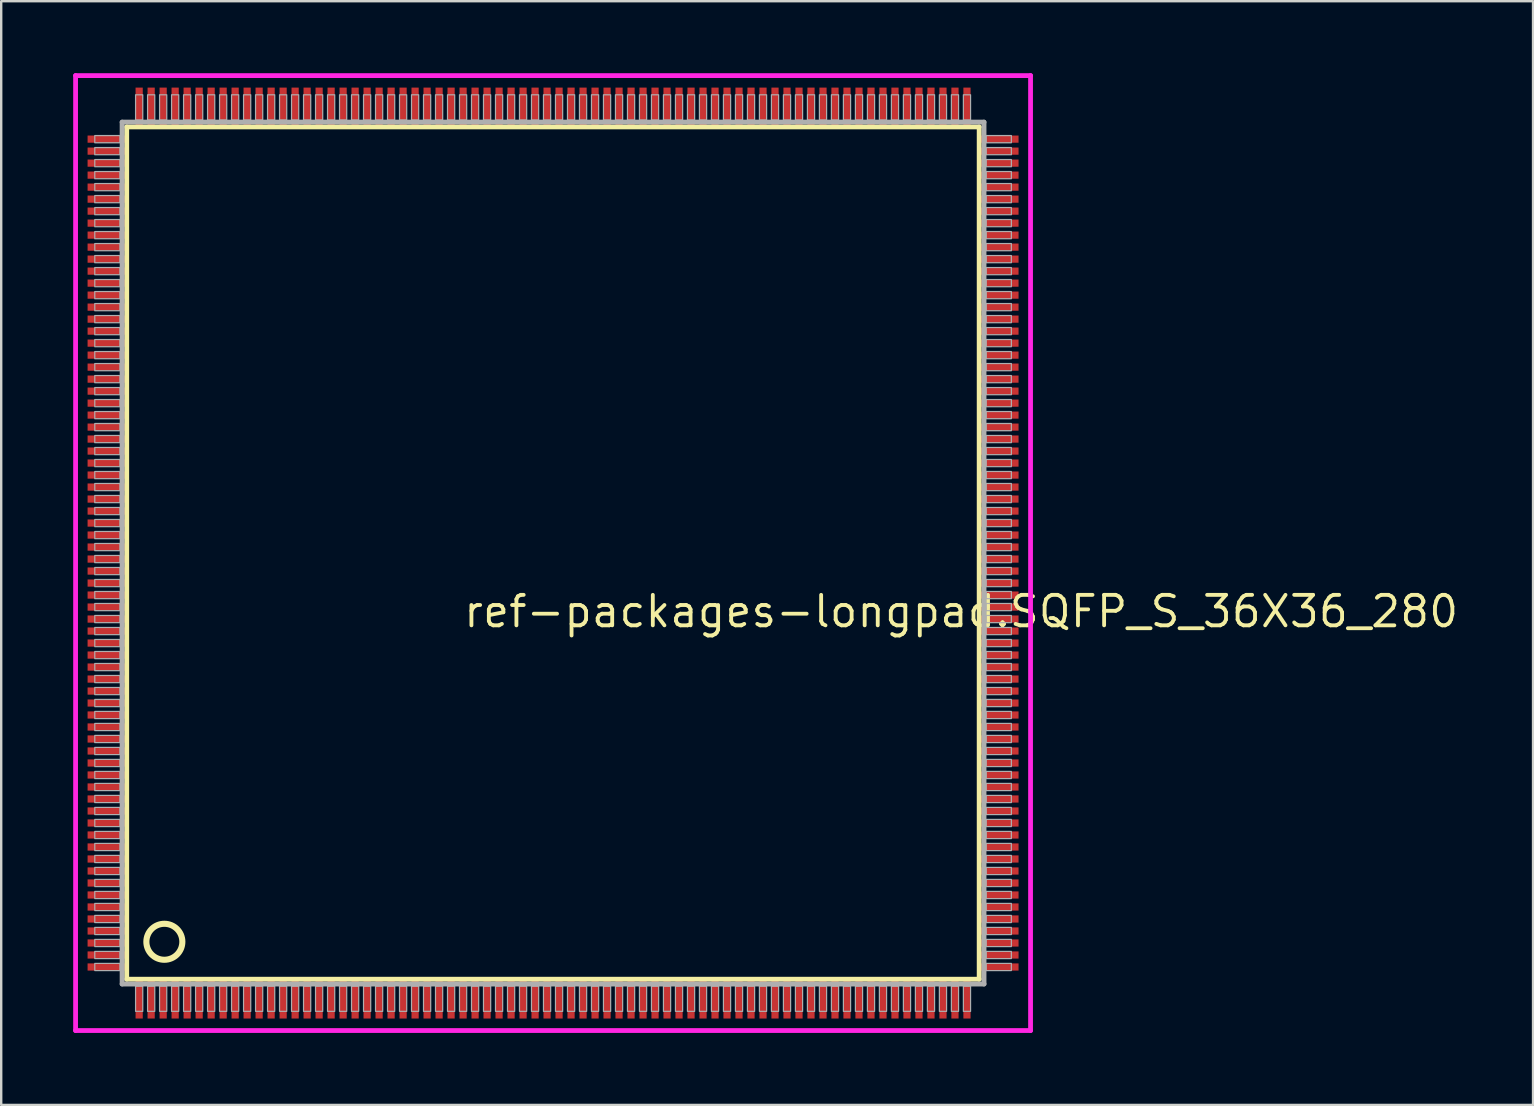
<source format=kicad_pcb>
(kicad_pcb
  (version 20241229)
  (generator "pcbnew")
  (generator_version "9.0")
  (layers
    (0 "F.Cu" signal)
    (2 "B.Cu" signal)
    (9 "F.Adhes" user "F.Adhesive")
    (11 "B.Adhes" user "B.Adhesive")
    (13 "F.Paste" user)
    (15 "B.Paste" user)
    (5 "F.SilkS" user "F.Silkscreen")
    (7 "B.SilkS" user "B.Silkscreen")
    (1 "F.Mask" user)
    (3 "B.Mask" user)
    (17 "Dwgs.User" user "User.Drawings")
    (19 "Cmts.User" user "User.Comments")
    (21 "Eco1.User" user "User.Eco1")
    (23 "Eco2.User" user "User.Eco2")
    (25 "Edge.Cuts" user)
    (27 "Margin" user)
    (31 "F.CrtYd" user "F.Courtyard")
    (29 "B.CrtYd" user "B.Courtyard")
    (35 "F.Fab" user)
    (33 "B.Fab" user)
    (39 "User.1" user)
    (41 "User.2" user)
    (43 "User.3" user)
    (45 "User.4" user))
  (footprint "ref-packages-longpad.SQFP_S_36X36_280"
    (layer "F.Cu")
    (at 20 20)
    (property "Reference" "ref-packages-longpad.SQFP_S_36X36_280" (at -3.81 3.175 0) (layer "F.SilkS") (effects (font (size 1.27 1.27) (thickness 0.16)) (justify left bottom)))
    (attr smd)
    (fp_line (start -17.77 -17.76) (end 17.76 -17.76) (stroke (width 0.203) (type default)) (layer "F.SilkS"))
    (fp_line (start -17.77 17.76) (end -17.77 -17.76) (stroke (width 0.203) (type default)) (layer "F.SilkS"))
    (fp_line (start 17.76 17.76) (end -17.77 17.76) (stroke (width 0.203) (type default)) (layer "F.SilkS"))
    (fp_line (start 17.76 -17.76) (end 17.76 17.76) (stroke (width 0.203) (type default)) (layer "F.SilkS"))
    (fp_circle (center -16.2 16.2) (end -15.45 16.2) (stroke (width 0.254) (type default)) (fill no) (layer "F.SilkS"))
    (fp_line (start -19.9 -19.9) (end 19.9 -19.9) (stroke (width 0.2) (type default)) (layer "F.CrtYd"))
    (fp_line (start -19.9 19.9) (end -19.9 -19.9) (stroke (width 0.2) (type default)) (layer "F.CrtYd"))
    (fp_line (start 19.9 -19.9) (end 19.9 19.9) (stroke (width 0.2) (type default)) (layer "F.CrtYd"))
    (fp_line (start 19.9 19.9) (end -19.9 19.9) (stroke (width 0.2) (type default)) (layer "F.CrtYd"))
    (fp_line (start -17.96 -17.96) (end -17.96 17.96) (stroke (width 0.203) (type default)) (layer "F.Fab"))
    (fp_line (start -17.96 17.96) (end 17.96 17.96) (stroke (width 0.203) (type default)) (layer "F.Fab"))
    (fp_line (start 17.96 -17.96) (end -17.96 -17.96) (stroke (width 0.203) (type default)) (layer "F.Fab"))
    (fp_line (start 17.96 17.96) (end 17.96 -17.96) (stroke (width 0.203) (type default)) (layer "F.Fab"))
    (fp_rect (start -19.1 -17.1) (end -18.05 -17.4) (stroke (width 0.05) (type default)) (fill no) (layer "F.Fab"))
    (fp_rect (start -19.1 -16.6) (end -18.05 -16.9) (stroke (width 0.05) (type default)) (fill no) (layer "F.Fab"))
    (fp_rect (start -19.1 -16.1) (end -18.05 -16.4) (stroke (width 0.05) (type default)) (fill no) (layer "F.Fab"))
    (fp_rect (start -19.1 -15.6) (end -18.05 -15.9) (stroke (width 0.05) (type default)) (fill no) (layer "F.Fab"))
    (fp_rect (start -19.1 -15.1) (end -18.05 -15.4) (stroke (width 0.05) (type default)) (fill no) (layer "F.Fab"))
    (fp_rect (start -19.1 -14.6) (end -18.05 -14.9) (stroke (width 0.05) (type default)) (fill no) (layer "F.Fab"))
    (fp_rect (start -19.1 -14.1) (end -18.05 -14.4) (stroke (width 0.05) (type default)) (fill no) (layer "F.Fab"))
    (fp_rect (start -19.1 -13.6) (end -18.05 -13.9) (stroke (width 0.05) (type default)) (fill no) (layer "F.Fab"))
    (fp_rect (start -19.1 -13.1) (end -18.05 -13.4) (stroke (width 0.05) (type default)) (fill no) (layer "F.Fab"))
    (fp_rect (start -19.1 -12.6) (end -18.05 -12.9) (stroke (width 0.05) (type default)) (fill no) (layer "F.Fab"))
    (fp_rect (start -19.1 -12.1) (end -18.05 -12.4) (stroke (width 0.05) (type default)) (fill no) (layer "F.Fab"))
    (fp_rect (start -19.1 -11.6) (end -18.05 -11.9) (stroke (width 0.05) (type default)) (fill no) (layer "F.Fab"))
    (fp_rect (start -19.1 -11.1) (end -18.05 -11.4) (stroke (width 0.05) (type default)) (fill no) (layer "F.Fab"))
    (fp_rect (start -19.1 -10.6) (end -18.05 -10.9) (stroke (width 0.05) (type default)) (fill no) (layer "F.Fab"))
    (fp_rect (start -19.1 -10.1) (end -18.05 -10.4) (stroke (width 0.05) (type default)) (fill no) (layer "F.Fab"))
    (fp_rect (start -19.1 -9.6) (end -18.05 -9.9) (stroke (width 0.05) (type default)) (fill no) (layer "F.Fab"))
    (fp_rect (start -19.1 -9.1) (end -18.05 -9.4) (stroke (width 0.05) (type default)) (fill no) (layer "F.Fab"))
    (fp_rect (start -19.1 -8.6) (end -18.05 -8.9) (stroke (width 0.05) (type default)) (fill no) (layer "F.Fab"))
    (fp_rect (start -19.1 -8.1) (end -18.05 -8.4) (stroke (width 0.05) (type default)) (fill no) (layer "F.Fab"))
    (fp_rect (start -19.1 -7.6) (end -18.05 -7.9) (stroke (width 0.05) (type default)) (fill no) (layer "F.Fab"))
    (fp_rect (start -19.1 -7.1) (end -18.05 -7.4) (stroke (width 0.05) (type default)) (fill no) (layer "F.Fab"))
    (fp_rect (start -19.1 -6.6) (end -18.05 -6.9) (stroke (width 0.05) (type default)) (fill no) (layer "F.Fab"))
    (fp_rect (start -19.1 -6.1) (end -18.05 -6.4) (stroke (width 0.05) (type default)) (fill no) (layer "F.Fab"))
    (fp_rect (start -19.1 -5.6) (end -18.05 -5.9) (stroke (width 0.05) (type default)) (fill no) (layer "F.Fab"))
    (fp_rect (start -19.1 -5.1) (end -18.05 -5.4) (stroke (width 0.05) (type default)) (fill no) (layer "F.Fab"))
    (fp_rect (start -19.1 -4.6) (end -18.05 -4.9) (stroke (width 0.05) (type default)) (fill no) (layer "F.Fab"))
    (fp_rect (start -19.1 -4.1) (end -18.05 -4.4) (stroke (width 0.05) (type default)) (fill no) (layer "F.Fab"))
    (fp_rect (start -19.1 -3.6) (end -18.05 -3.9) (stroke (width 0.05) (type default)) (fill no) (layer "F.Fab"))
    (fp_rect (start -19.1 -3.1) (end -18.05 -3.4) (stroke (width 0.05) (type default)) (fill no) (layer "F.Fab"))
    (fp_rect (start -19.1 -2.6) (end -18.05 -2.9) (stroke (width 0.05) (type default)) (fill no) (layer "F.Fab"))
    (fp_rect (start -19.1 -2.1) (end -18.05 -2.4) (stroke (width 0.05) (type default)) (fill no) (layer "F.Fab"))
    (fp_rect (start -19.1 -1.6) (end -18.05 -1.9) (stroke (width 0.05) (type default)) (fill no) (layer "F.Fab"))
    (fp_rect (start -19.1 -1.1) (end -18.05 -1.4) (stroke (width 0.05) (type default)) (fill no) (layer "F.Fab"))
    (fp_rect (start -19.1 -0.6) (end -18.05 -0.9) (stroke (width 0.05) (type default)) (fill no) (layer "F.Fab"))
    (fp_rect (start -19.1 -0.1) (end -18.05 -0.4) (stroke (width 0.05) (type default)) (fill no) (layer "F.Fab"))
    (fp_rect (start -19.1 0.4) (end -18.05 0.1) (stroke (width 0.05) (type default)) (fill no) (layer "F.Fab"))
    (fp_rect (start -19.1 0.9) (end -18.05 0.6) (stroke (width 0.05) (type default)) (fill no) (layer "F.Fab"))
    (fp_rect (start -19.1 1.4) (end -18.05 1.1) (stroke (width 0.05) (type default)) (fill no) (layer "F.Fab"))
    (fp_rect (start -19.1 1.9) (end -18.05 1.6) (stroke (width 0.05) (type default)) (fill no) (layer "F.Fab"))
    (fp_rect (start -19.1 2.4) (end -18.05 2.1) (stroke (width 0.05) (type default)) (fill no) (layer "F.Fab"))
    (fp_rect (start -19.1 2.9) (end -18.05 2.6) (stroke (width 0.05) (type default)) (fill no) (layer "F.Fab"))
    (fp_rect (start -19.1 3.4) (end -18.05 3.1) (stroke (width 0.05) (type default)) (fill no) (layer "F.Fab"))
    (fp_rect (start -19.1 3.9) (end -18.05 3.6) (stroke (width 0.05) (type default)) (fill no) (layer "F.Fab"))
    (fp_rect (start -19.1 4.4) (end -18.05 4.1) (stroke (width 0.05) (type default)) (fill no) (layer "F.Fab"))
    (fp_rect (start -19.1 4.9) (end -18.05 4.6) (stroke (width 0.05) (type default)) (fill no) (layer "F.Fab"))
    (fp_rect (start -19.1 5.4) (end -18.05 5.1) (stroke (width 0.05) (type default)) (fill no) (layer "F.Fab"))
    (fp_rect (start -19.1 5.9) (end -18.05 5.6) (stroke (width 0.05) (type default)) (fill no) (layer "F.Fab"))
    (fp_rect (start -19.1 6.4) (end -18.05 6.1) (stroke (width 0.05) (type default)) (fill no) (layer "F.Fab"))
    (fp_rect (start -19.1 6.9) (end -18.05 6.6) (stroke (width 0.05) (type default)) (fill no) (layer "F.Fab"))
    (fp_rect (start -19.1 7.4) (end -18.05 7.1) (stroke (width 0.05) (type default)) (fill no) (layer "F.Fab"))
    (fp_rect (start -19.1 7.9) (end -18.05 7.6) (stroke (width 0.05) (type default)) (fill no) (layer "F.Fab"))
    (fp_rect (start -19.1 8.4) (end -18.05 8.1) (stroke (width 0.05) (type default)) (fill no) (layer "F.Fab"))
    (fp_rect (start -19.1 8.9) (end -18.05 8.6) (stroke (width 0.05) (type default)) (fill no) (layer "F.Fab"))
    (fp_rect (start -19.1 9.4) (end -18.05 9.1) (stroke (width 0.05) (type default)) (fill no) (layer "F.Fab"))
    (fp_rect (start -19.1 9.9) (end -18.05 9.6) (stroke (width 0.05) (type default)) (fill no) (layer "F.Fab"))
    (fp_rect (start -19.1 10.4) (end -18.05 10.1) (stroke (width 0.05) (type default)) (fill no) (layer "F.Fab"))
    (fp_rect (start -19.1 10.9) (end -18.05 10.6) (stroke (width 0.05) (type default)) (fill no) (layer "F.Fab"))
    (fp_rect (start -19.1 11.4) (end -18.05 11.1) (stroke (width 0.05) (type default)) (fill no) (layer "F.Fab"))
    (fp_rect (start -19.1 11.9) (end -18.05 11.6) (stroke (width 0.05) (type default)) (fill no) (layer "F.Fab"))
    (fp_rect (start -19.1 12.4) (end -18.05 12.1) (stroke (width 0.05) (type default)) (fill no) (layer "F.Fab"))
    (fp_rect (start -19.1 12.9) (end -18.05 12.6) (stroke (width 0.05) (type default)) (fill no) (layer "F.Fab"))
    (fp_rect (start -19.1 13.4) (end -18.05 13.1) (stroke (width 0.05) (type default)) (fill no) (layer "F.Fab"))
    (fp_rect (start -19.1 13.9) (end -18.05 13.6) (stroke (width 0.05) (type default)) (fill no) (layer "F.Fab"))
    (fp_rect (start -19.1 14.4) (end -18.05 14.1) (stroke (width 0.05) (type default)) (fill no) (layer "F.Fab"))
    (fp_rect (start -19.1 14.9) (end -18.05 14.6) (stroke (width 0.05) (type default)) (fill no) (layer "F.Fab"))
    (fp_rect (start -19.1 15.4) (end -18.05 15.1) (stroke (width 0.05) (type default)) (fill no) (layer "F.Fab"))
    (fp_rect (start -19.1 15.9) (end -18.05 15.6) (stroke (width 0.05) (type default)) (fill no) (layer "F.Fab"))
    (fp_rect (start -19.1 16.4) (end -18.05 16.1) (stroke (width 0.05) (type default)) (fill no) (layer "F.Fab"))
    (fp_rect (start -19.1 16.9) (end -18.05 16.6) (stroke (width 0.05) (type default)) (fill no) (layer "F.Fab"))
    (fp_rect (start -19.1 17.4) (end -18.05 17.1) (stroke (width 0.05) (type default)) (fill no) (layer "F.Fab"))
    (fp_rect (start -17.4 -18.05) (end -17.1 -19.1) (stroke (width 0.05) (type default)) (fill no) (layer "F.Fab"))
    (fp_rect (start -17.4 19.1) (end -17.1 18.05) (stroke (width 0.05) (type default)) (fill no) (layer "F.Fab"))
    (fp_rect (start -16.9 -18.05) (end -16.6 -19.1) (stroke (width 0.05) (type default)) (fill no) (layer "F.Fab"))
    (fp_rect (start -16.9 19.1) (end -16.6 18.05) (stroke (width 0.05) (type default)) (fill no) (layer "F.Fab"))
    (fp_rect (start -16.4 -18.05) (end -16.1 -19.1) (stroke (width 0.05) (type default)) (fill no) (layer "F.Fab"))
    (fp_rect (start -16.4 19.1) (end -16.1 18.05) (stroke (width 0.05) (type default)) (fill no) (layer "F.Fab"))
    (fp_rect (start -15.9 -18.05) (end -15.6 -19.1) (stroke (width 0.05) (type default)) (fill no) (layer "F.Fab"))
    (fp_rect (start -15.9 19.1) (end -15.6 18.05) (stroke (width 0.05) (type default)) (fill no) (layer "F.Fab"))
    (fp_rect (start -15.4 -18.05) (end -15.1 -19.1) (stroke (width 0.05) (type default)) (fill no) (layer "F.Fab"))
    (fp_rect (start -15.4 19.1) (end -15.1 18.05) (stroke (width 0.05) (type default)) (fill no) (layer "F.Fab"))
    (fp_rect (start -14.9 -18.05) (end -14.6 -19.1) (stroke (width 0.05) (type default)) (fill no) (layer "F.Fab"))
    (fp_rect (start -14.9 19.1) (end -14.6 18.05) (stroke (width 0.05) (type default)) (fill no) (layer "F.Fab"))
    (fp_rect (start -14.4 -18.05) (end -14.1 -19.1) (stroke (width 0.05) (type default)) (fill no) (layer "F.Fab"))
    (fp_rect (start -14.4 19.1) (end -14.1 18.05) (stroke (width 0.05) (type default)) (fill no) (layer "F.Fab"))
    (fp_rect (start -13.9 -18.05) (end -13.6 -19.1) (stroke (width 0.05) (type default)) (fill no) (layer "F.Fab"))
    (fp_rect (start -13.9 19.1) (end -13.6 18.05) (stroke (width 0.05) (type default)) (fill no) (layer "F.Fab"))
    (fp_rect (start -13.4 -18.05) (end -13.1 -19.1) (stroke (width 0.05) (type default)) (fill no) (layer "F.Fab"))
    (fp_rect (start -13.4 19.1) (end -13.1 18.05) (stroke (width 0.05) (type default)) (fill no) (layer "F.Fab"))
    (fp_rect (start -12.9 -18.05) (end -12.6 -19.1) (stroke (width 0.05) (type default)) (fill no) (layer "F.Fab"))
    (fp_rect (start -12.9 19.1) (end -12.6 18.05) (stroke (width 0.05) (type default)) (fill no) (layer "F.Fab"))
    (fp_rect (start -12.4 -18.05) (end -12.1 -19.1) (stroke (width 0.05) (type default)) (fill no) (layer "F.Fab"))
    (fp_rect (start -12.4 19.1) (end -12.1 18.05) (stroke (width 0.05) (type default)) (fill no) (layer "F.Fab"))
    (fp_rect (start -11.9 -18.05) (end -11.6 -19.1) (stroke (width 0.05) (type default)) (fill no) (layer "F.Fab"))
    (fp_rect (start -11.9 19.1) (end -11.6 18.05) (stroke (width 0.05) (type default)) (fill no) (layer "F.Fab"))
    (fp_rect (start -11.4 -18.05) (end -11.1 -19.1) (stroke (width 0.05) (type default)) (fill no) (layer "F.Fab"))
    (fp_rect (start -11.4 19.1) (end -11.1 18.05) (stroke (width 0.05) (type default)) (fill no) (layer "F.Fab"))
    (fp_rect (start -10.9 -18.05) (end -10.6 -19.1) (stroke (width 0.05) (type default)) (fill no) (layer "F.Fab"))
    (fp_rect (start -10.9 19.1) (end -10.6 18.05) (stroke (width 0.05) (type default)) (fill no) (layer "F.Fab"))
    (fp_rect (start -10.4 -18.05) (end -10.1 -19.1) (stroke (width 0.05) (type default)) (fill no) (layer "F.Fab"))
    (fp_rect (start -10.4 19.1) (end -10.1 18.05) (stroke (width 0.05) (type default)) (fill no) (layer "F.Fab"))
    (fp_rect (start -9.9 -18.05) (end -9.6 -19.1) (stroke (width 0.05) (type default)) (fill no) (layer "F.Fab"))
    (fp_rect (start -9.9 19.1) (end -9.6 18.05) (stroke (width 0.05) (type default)) (fill no) (layer "F.Fab"))
    (fp_rect (start -9.4 -18.05) (end -9.1 -19.1) (stroke (width 0.05) (type default)) (fill no) (layer "F.Fab"))
    (fp_rect (start -9.4 19.1) (end -9.1 18.05) (stroke (width 0.05) (type default)) (fill no) (layer "F.Fab"))
    (fp_rect (start -8.9 -18.05) (end -8.6 -19.1) (stroke (width 0.05) (type default)) (fill no) (layer "F.Fab"))
    (fp_rect (start -8.9 19.1) (end -8.6 18.05) (stroke (width 0.05) (type default)) (fill no) (layer "F.Fab"))
    (fp_rect (start -8.4 -18.05) (end -8.1 -19.1) (stroke (width 0.05) (type default)) (fill no) (layer "F.Fab"))
    (fp_rect (start -8.4 19.1) (end -8.1 18.05) (stroke (width 0.05) (type default)) (fill no) (layer "F.Fab"))
    (fp_rect (start -7.9 -18.05) (end -7.6 -19.1) (stroke (width 0.05) (type default)) (fill no) (layer "F.Fab"))
    (fp_rect (start -7.9 19.1) (end -7.6 18.05) (stroke (width 0.05) (type default)) (fill no) (layer "F.Fab"))
    (fp_rect (start -7.4 -18.05) (end -7.1 -19.1) (stroke (width 0.05) (type default)) (fill no) (layer "F.Fab"))
    (fp_rect (start -7.4 19.1) (end -7.1 18.05) (stroke (width 0.05) (type default)) (fill no) (layer "F.Fab"))
    (fp_rect (start -6.9 -18.05) (end -6.6 -19.1) (stroke (width 0.05) (type default)) (fill no) (layer "F.Fab"))
    (fp_rect (start -6.9 19.1) (end -6.6 18.05) (stroke (width 0.05) (type default)) (fill no) (layer "F.Fab"))
    (fp_rect (start -6.4 -18.05) (end -6.1 -19.1) (stroke (width 0.05) (type default)) (fill no) (layer "F.Fab"))
    (fp_rect (start -6.4 19.1) (end -6.1 18.05) (stroke (width 0.05) (type default)) (fill no) (layer "F.Fab"))
    (fp_rect (start -5.9 -18.05) (end -5.6 -19.1) (stroke (width 0.05) (type default)) (fill no) (layer "F.Fab"))
    (fp_rect (start -5.9 19.1) (end -5.6 18.05) (stroke (width 0.05) (type default)) (fill no) (layer "F.Fab"))
    (fp_rect (start -5.4 -18.05) (end -5.1 -19.1) (stroke (width 0.05) (type default)) (fill no) (layer "F.Fab"))
    (fp_rect (start -5.4 19.1) (end -5.1 18.05) (stroke (width 0.05) (type default)) (fill no) (layer "F.Fab"))
    (fp_rect (start -4.9 -18.05) (end -4.6 -19.1) (stroke (width 0.05) (type default)) (fill no) (layer "F.Fab"))
    (fp_rect (start -4.9 19.1) (end -4.6 18.05) (stroke (width 0.05) (type default)) (fill no) (layer "F.Fab"))
    (fp_rect (start -4.4 -18.05) (end -4.1 -19.1) (stroke (width 0.05) (type default)) (fill no) (layer "F.Fab"))
    (fp_rect (start -4.4 19.1) (end -4.1 18.05) (stroke (width 0.05) (type default)) (fill no) (layer "F.Fab"))
    (fp_rect (start -3.9 -18.05) (end -3.6 -19.1) (stroke (width 0.05) (type default)) (fill no) (layer "F.Fab"))
    (fp_rect (start -3.9 19.1) (end -3.6 18.05) (stroke (width 0.05) (type default)) (fill no) (layer "F.Fab"))
    (fp_rect (start -3.4 -18.05) (end -3.1 -19.1) (stroke (width 0.05) (type default)) (fill no) (layer "F.Fab"))
    (fp_rect (start -3.4 19.1) (end -3.1 18.05) (stroke (width 0.05) (type default)) (fill no) (layer "F.Fab"))
    (fp_rect (start -2.9 -18.05) (end -2.6 -19.1) (stroke (width 0.05) (type default)) (fill no) (layer "F.Fab"))
    (fp_rect (start -2.9 19.1) (end -2.6 18.05) (stroke (width 0.05) (type default)) (fill no) (layer "F.Fab"))
    (fp_rect (start -2.4 -18.05) (end -2.1 -19.1) (stroke (width 0.05) (type default)) (fill no) (layer "F.Fab"))
    (fp_rect (start -2.4 19.1) (end -2.1 18.05) (stroke (width 0.05) (type default)) (fill no) (layer "F.Fab"))
    (fp_rect (start -1.9 -18.05) (end -1.6 -19.1) (stroke (width 0.05) (type default)) (fill no) (layer "F.Fab"))
    (fp_rect (start -1.9 19.1) (end -1.6 18.05) (stroke (width 0.05) (type default)) (fill no) (layer "F.Fab"))
    (fp_rect (start -1.4 -18.05) (end -1.1 -19.1) (stroke (width 0.05) (type default)) (fill no) (layer "F.Fab"))
    (fp_rect (start -1.4 19.1) (end -1.1 18.05) (stroke (width 0.05) (type default)) (fill no) (layer "F.Fab"))
    (fp_rect (start -0.9 -18.05) (end -0.6 -19.1) (stroke (width 0.05) (type default)) (fill no) (layer "F.Fab"))
    (fp_rect (start -0.9 19.1) (end -0.6 18.05) (stroke (width 0.05) (type default)) (fill no) (layer "F.Fab"))
    (fp_rect (start -0.4 -18.05) (end -0.1 -19.1) (stroke (width 0.05) (type default)) (fill no) (layer "F.Fab"))
    (fp_rect (start -0.4 19.1) (end -0.1 18.05) (stroke (width 0.05) (type default)) (fill no) (layer "F.Fab"))
    (fp_rect (start 0.1 -18.05) (end 0.4 -19.1) (stroke (width 0.05) (type default)) (fill no) (layer "F.Fab"))
    (fp_rect (start 0.1 19.1) (end 0.4 18.05) (stroke (width 0.05) (type default)) (fill no) (layer "F.Fab"))
    (fp_rect (start 0.6 -18.05) (end 0.9 -19.1) (stroke (width 0.05) (type default)) (fill no) (layer "F.Fab"))
    (fp_rect (start 0.6 19.1) (end 0.9 18.05) (stroke (width 0.05) (type default)) (fill no) (layer "F.Fab"))
    (fp_rect (start 1.1 -18.05) (end 1.4 -19.1) (stroke (width 0.05) (type default)) (fill no) (layer "F.Fab"))
    (fp_rect (start 1.1 19.1) (end 1.4 18.05) (stroke (width 0.05) (type default)) (fill no) (layer "F.Fab"))
    (fp_rect (start 1.6 -18.05) (end 1.9 -19.1) (stroke (width 0.05) (type default)) (fill no) (layer "F.Fab"))
    (fp_rect (start 1.6 19.1) (end 1.9 18.05) (stroke (width 0.05) (type default)) (fill no) (layer "F.Fab"))
    (fp_rect (start 2.1 -18.05) (end 2.4 -19.1) (stroke (width 0.05) (type default)) (fill no) (layer "F.Fab"))
    (fp_rect (start 2.1 19.1) (end 2.4 18.05) (stroke (width 0.05) (type default)) (fill no) (layer "F.Fab"))
    (fp_rect (start 2.6 -18.05) (end 2.9 -19.1) (stroke (width 0.05) (type default)) (fill no) (layer "F.Fab"))
    (fp_rect (start 2.6 19.1) (end 2.9 18.05) (stroke (width 0.05) (type default)) (fill no) (layer "F.Fab"))
    (fp_rect (start 3.1 -18.05) (end 3.4 -19.1) (stroke (width 0.05) (type default)) (fill no) (layer "F.Fab"))
    (fp_rect (start 3.1 19.1) (end 3.4 18.05) (stroke (width 0.05) (type default)) (fill no) (layer "F.Fab"))
    (fp_rect (start 3.6 -18.05) (end 3.9 -19.1) (stroke (width 0.05) (type default)) (fill no) (layer "F.Fab"))
    (fp_rect (start 3.6 19.1) (end 3.9 18.05) (stroke (width 0.05) (type default)) (fill no) (layer "F.Fab"))
    (fp_rect (start 4.1 -18.05) (end 4.4 -19.1) (stroke (width 0.05) (type default)) (fill no) (layer "F.Fab"))
    (fp_rect (start 4.1 19.1) (end 4.4 18.05) (stroke (width 0.05) (type default)) (fill no) (layer "F.Fab"))
    (fp_rect (start 4.6 -18.05) (end 4.9 -19.1) (stroke (width 0.05) (type default)) (fill no) (layer "F.Fab"))
    (fp_rect (start 4.6 19.1) (end 4.9 18.05) (stroke (width 0.05) (type default)) (fill no) (layer "F.Fab"))
    (fp_rect (start 5.1 -18.05) (end 5.4 -19.1) (stroke (width 0.05) (type default)) (fill no) (layer "F.Fab"))
    (fp_rect (start 5.1 19.1) (end 5.4 18.05) (stroke (width 0.05) (type default)) (fill no) (layer "F.Fab"))
    (fp_rect (start 5.6 -18.05) (end 5.9 -19.1) (stroke (width 0.05) (type default)) (fill no) (layer "F.Fab"))
    (fp_rect (start 5.6 19.1) (end 5.9 18.05) (stroke (width 0.05) (type default)) (fill no) (layer "F.Fab"))
    (fp_rect (start 6.1 -18.05) (end 6.4 -19.1) (stroke (width 0.05) (type default)) (fill no) (layer "F.Fab"))
    (fp_rect (start 6.1 19.1) (end 6.4 18.05) (stroke (width 0.05) (type default)) (fill no) (layer "F.Fab"))
    (fp_rect (start 6.6 -18.05) (end 6.9 -19.1) (stroke (width 0.05) (type default)) (fill no) (layer "F.Fab"))
    (fp_rect (start 6.6 19.1) (end 6.9 18.05) (stroke (width 0.05) (type default)) (fill no) (layer "F.Fab"))
    (fp_rect (start 7.1 -18.05) (end 7.4 -19.1) (stroke (width 0.05) (type default)) (fill no) (layer "F.Fab"))
    (fp_rect (start 7.1 19.1) (end 7.4 18.05) (stroke (width 0.05) (type default)) (fill no) (layer "F.Fab"))
    (fp_rect (start 7.6 -18.05) (end 7.9 -19.1) (stroke (width 0.05) (type default)) (fill no) (layer "F.Fab"))
    (fp_rect (start 7.6 19.1) (end 7.9 18.05) (stroke (width 0.05) (type default)) (fill no) (layer "F.Fab"))
    (fp_rect (start 8.1 -18.05) (end 8.4 -19.1) (stroke (width 0.05) (type default)) (fill no) (layer "F.Fab"))
    (fp_rect (start 8.1 19.1) (end 8.4 18.05) (stroke (width 0.05) (type default)) (fill no) (layer "F.Fab"))
    (fp_rect (start 8.6 -18.05) (end 8.9 -19.1) (stroke (width 0.05) (type default)) (fill no) (layer "F.Fab"))
    (fp_rect (start 8.6 19.1) (end 8.9 18.05) (stroke (width 0.05) (type default)) (fill no) (layer "F.Fab"))
    (fp_rect (start 9.1 -18.05) (end 9.4 -19.1) (stroke (width 0.05) (type default)) (fill no) (layer "F.Fab"))
    (fp_rect (start 9.1 19.1) (end 9.4 18.05) (stroke (width 0.05) (type default)) (fill no) (layer "F.Fab"))
    (fp_rect (start 9.6 -18.05) (end 9.9 -19.1) (stroke (width 0.05) (type default)) (fill no) (layer "F.Fab"))
    (fp_rect (start 9.6 19.1) (end 9.9 18.05) (stroke (width 0.05) (type default)) (fill no) (layer "F.Fab"))
    (fp_rect (start 10.1 -18.05) (end 10.4 -19.1) (stroke (width 0.05) (type default)) (fill no) (layer "F.Fab"))
    (fp_rect (start 10.1 19.1) (end 10.4 18.05) (stroke (width 0.05) (type default)) (fill no) (layer "F.Fab"))
    (fp_rect (start 10.6 -18.05) (end 10.9 -19.1) (stroke (width 0.05) (type default)) (fill no) (layer "F.Fab"))
    (fp_rect (start 10.6 19.1) (end 10.9 18.05) (stroke (width 0.05) (type default)) (fill no) (layer "F.Fab"))
    (fp_rect (start 11.1 -18.05) (end 11.4 -19.1) (stroke (width 0.05) (type default)) (fill no) (layer "F.Fab"))
    (fp_rect (start 11.1 19.1) (end 11.4 18.05) (stroke (width 0.05) (type default)) (fill no) (layer "F.Fab"))
    (fp_rect (start 11.6 -18.05) (end 11.9 -19.1) (stroke (width 0.05) (type default)) (fill no) (layer "F.Fab"))
    (fp_rect (start 11.6 19.1) (end 11.9 18.05) (stroke (width 0.05) (type default)) (fill no) (layer "F.Fab"))
    (fp_rect (start 12.1 -18.05) (end 12.4 -19.1) (stroke (width 0.05) (type default)) (fill no) (layer "F.Fab"))
    (fp_rect (start 12.1 19.1) (end 12.4 18.05) (stroke (width 0.05) (type default)) (fill no) (layer "F.Fab"))
    (fp_rect (start 12.6 -18.05) (end 12.9 -19.1) (stroke (width 0.05) (type default)) (fill no) (layer "F.Fab"))
    (fp_rect (start 12.6 19.1) (end 12.9 18.05) (stroke (width 0.05) (type default)) (fill no) (layer "F.Fab"))
    (fp_rect (start 13.1 -18.05) (end 13.4 -19.1) (stroke (width 0.05) (type default)) (fill no) (layer "F.Fab"))
    (fp_rect (start 13.1 19.1) (end 13.4 18.05) (stroke (width 0.05) (type default)) (fill no) (layer "F.Fab"))
    (fp_rect (start 13.6 -18.05) (end 13.9 -19.1) (stroke (width 0.05) (type default)) (fill no) (layer "F.Fab"))
    (fp_rect (start 13.6 19.1) (end 13.9 18.05) (stroke (width 0.05) (type default)) (fill no) (layer "F.Fab"))
    (fp_rect (start 14.1 -18.05) (end 14.4 -19.1) (stroke (width 0.05) (type default)) (fill no) (layer "F.Fab"))
    (fp_rect (start 14.1 19.1) (end 14.4 18.05) (stroke (width 0.05) (type default)) (fill no) (layer "F.Fab"))
    (fp_rect (start 14.6 -18.05) (end 14.9 -19.1) (stroke (width 0.05) (type default)) (fill no) (layer "F.Fab"))
    (fp_rect (start 14.6 19.1) (end 14.9 18.05) (stroke (width 0.05) (type default)) (fill no) (layer "F.Fab"))
    (fp_rect (start 15.1 -18.05) (end 15.4 -19.1) (stroke (width 0.05) (type default)) (fill no) (layer "F.Fab"))
    (fp_rect (start 15.1 19.1) (end 15.4 18.05) (stroke (width 0.05) (type default)) (fill no) (layer "F.Fab"))
    (fp_rect (start 15.6 -18.05) (end 15.9 -19.1) (stroke (width 0.05) (type default)) (fill no) (layer "F.Fab"))
    (fp_rect (start 15.6 19.1) (end 15.9 18.05) (stroke (width 0.05) (type default)) (fill no) (layer "F.Fab"))
    (fp_rect (start 16.1 -18.05) (end 16.4 -19.1) (stroke (width 0.05) (type default)) (fill no) (layer "F.Fab"))
    (fp_rect (start 16.1 19.1) (end 16.4 18.05) (stroke (width 0.05) (type default)) (fill no) (layer "F.Fab"))
    (fp_rect (start 16.6 -18.05) (end 16.9 -19.1) (stroke (width 0.05) (type default)) (fill no) (layer "F.Fab"))
    (fp_rect (start 16.6 19.1) (end 16.9 18.05) (stroke (width 0.05) (type default)) (fill no) (layer "F.Fab"))
    (fp_rect (start 17.1 -18.05) (end 17.4 -19.1) (stroke (width 0.05) (type default)) (fill no) (layer "F.Fab"))
    (fp_rect (start 17.1 19.1) (end 17.4 18.05) (stroke (width 0.05) (type default)) (fill no) (layer "F.Fab"))
    (fp_rect (start 18.05 -17.1) (end 19.1 -17.4) (stroke (width 0.05) (type default)) (fill no) (layer "F.Fab"))
    (fp_rect (start 18.05 -16.6) (end 19.1 -16.9) (stroke (width 0.05) (type default)) (fill no) (layer "F.Fab"))
    (fp_rect (start 18.05 -16.1) (end 19.1 -16.4) (stroke (width 0.05) (type default)) (fill no) (layer "F.Fab"))
    (fp_rect (start 18.05 -15.6) (end 19.1 -15.9) (stroke (width 0.05) (type default)) (fill no) (layer "F.Fab"))
    (fp_rect (start 18.05 -15.1) (end 19.1 -15.4) (stroke (width 0.05) (type default)) (fill no) (layer "F.Fab"))
    (fp_rect (start 18.05 -14.6) (end 19.1 -14.9) (stroke (width 0.05) (type default)) (fill no) (layer "F.Fab"))
    (fp_rect (start 18.05 -14.1) (end 19.1 -14.4) (stroke (width 0.05) (type default)) (fill no) (layer "F.Fab"))
    (fp_rect (start 18.05 -13.6) (end 19.1 -13.9) (stroke (width 0.05) (type default)) (fill no) (layer "F.Fab"))
    (fp_rect (start 18.05 -13.1) (end 19.1 -13.4) (stroke (width 0.05) (type default)) (fill no) (layer "F.Fab"))
    (fp_rect (start 18.05 -12.6) (end 19.1 -12.9) (stroke (width 0.05) (type default)) (fill no) (layer "F.Fab"))
    (fp_rect (start 18.05 -12.1) (end 19.1 -12.4) (stroke (width 0.05) (type default)) (fill no) (layer "F.Fab"))
    (fp_rect (start 18.05 -11.6) (end 19.1 -11.9) (stroke (width 0.05) (type default)) (fill no) (layer "F.Fab"))
    (fp_rect (start 18.05 -11.1) (end 19.1 -11.4) (stroke (width 0.05) (type default)) (fill no) (layer "F.Fab"))
    (fp_rect (start 18.05 -10.6) (end 19.1 -10.9) (stroke (width 0.05) (type default)) (fill no) (layer "F.Fab"))
    (fp_rect (start 18.05 -10.1) (end 19.1 -10.4) (stroke (width 0.05) (type default)) (fill no) (layer "F.Fab"))
    (fp_rect (start 18.05 -9.6) (end 19.1 -9.9) (stroke (width 0.05) (type default)) (fill no) (layer "F.Fab"))
    (fp_rect (start 18.05 -9.1) (end 19.1 -9.4) (stroke (width 0.05) (type default)) (fill no) (layer "F.Fab"))
    (fp_rect (start 18.05 -8.6) (end 19.1 -8.9) (stroke (width 0.05) (type default)) (fill no) (layer "F.Fab"))
    (fp_rect (start 18.05 -8.1) (end 19.1 -8.4) (stroke (width 0.05) (type default)) (fill no) (layer "F.Fab"))
    (fp_rect (start 18.05 -7.6) (end 19.1 -7.9) (stroke (width 0.05) (type default)) (fill no) (layer "F.Fab"))
    (fp_rect (start 18.05 -7.1) (end 19.1 -7.4) (stroke (width 0.05) (type default)) (fill no) (layer "F.Fab"))
    (fp_rect (start 18.05 -6.6) (end 19.1 -6.9) (stroke (width 0.05) (type default)) (fill no) (layer "F.Fab"))
    (fp_rect (start 18.05 -6.1) (end 19.1 -6.4) (stroke (width 0.05) (type default)) (fill no) (layer "F.Fab"))
    (fp_rect (start 18.05 -5.6) (end 19.1 -5.9) (stroke (width 0.05) (type default)) (fill no) (layer "F.Fab"))
    (fp_rect (start 18.05 -5.1) (end 19.1 -5.4) (stroke (width 0.05) (type default)) (fill no) (layer "F.Fab"))
    (fp_rect (start 18.05 -4.6) (end 19.1 -4.9) (stroke (width 0.05) (type default)) (fill no) (layer "F.Fab"))
    (fp_rect (start 18.05 -4.1) (end 19.1 -4.4) (stroke (width 0.05) (type default)) (fill no) (layer "F.Fab"))
    (fp_rect (start 18.05 -3.6) (end 19.1 -3.9) (stroke (width 0.05) (type default)) (fill no) (layer "F.Fab"))
    (fp_rect (start 18.05 -3.1) (end 19.1 -3.4) (stroke (width 0.05) (type default)) (fill no) (layer "F.Fab"))
    (fp_rect (start 18.05 -2.6) (end 19.1 -2.9) (stroke (width 0.05) (type default)) (fill no) (layer "F.Fab"))
    (fp_rect (start 18.05 -2.1) (end 19.1 -2.4) (stroke (width 0.05) (type default)) (fill no) (layer "F.Fab"))
    (fp_rect (start 18.05 -1.6) (end 19.1 -1.9) (stroke (width 0.05) (type default)) (fill no) (layer "F.Fab"))
    (fp_rect (start 18.05 -1.1) (end 19.1 -1.4) (stroke (width 0.05) (type default)) (fill no) (layer "F.Fab"))
    (fp_rect (start 18.05 -0.6) (end 19.1 -0.9) (stroke (width 0.05) (type default)) (fill no) (layer "F.Fab"))
    (fp_rect (start 18.05 -0.1) (end 19.1 -0.4) (stroke (width 0.05) (type default)) (fill no) (layer "F.Fab"))
    (fp_rect (start 18.05 0.4) (end 19.1 0.1) (stroke (width 0.05) (type default)) (fill no) (layer "F.Fab"))
    (fp_rect (start 18.05 0.9) (end 19.1 0.6) (stroke (width 0.05) (type default)) (fill no) (layer "F.Fab"))
    (fp_rect (start 18.05 1.4) (end 19.1 1.1) (stroke (width 0.05) (type default)) (fill no) (layer "F.Fab"))
    (fp_rect (start 18.05 1.9) (end 19.1 1.6) (stroke (width 0.05) (type default)) (fill no) (layer "F.Fab"))
    (fp_rect (start 18.05 2.4) (end 19.1 2.1) (stroke (width 0.05) (type default)) (fill no) (layer "F.Fab"))
    (fp_rect (start 18.05 2.9) (end 19.1 2.6) (stroke (width 0.05) (type default)) (fill no) (layer "F.Fab"))
    (fp_rect (start 18.05 3.4) (end 19.1 3.1) (stroke (width 0.05) (type default)) (fill no) (layer "F.Fab"))
    (fp_rect (start 18.05 3.9) (end 19.1 3.6) (stroke (width 0.05) (type default)) (fill no) (layer "F.Fab"))
    (fp_rect (start 18.05 4.4) (end 19.1 4.1) (stroke (width 0.05) (type default)) (fill no) (layer "F.Fab"))
    (fp_rect (start 18.05 4.9) (end 19.1 4.6) (stroke (width 0.05) (type default)) (fill no) (layer "F.Fab"))
    (fp_rect (start 18.05 5.4) (end 19.1 5.1) (stroke (width 0.05) (type default)) (fill no) (layer "F.Fab"))
    (fp_rect (start 18.05 5.9) (end 19.1 5.6) (stroke (width 0.05) (type default)) (fill no) (layer "F.Fab"))
    (fp_rect (start 18.05 6.4) (end 19.1 6.1) (stroke (width 0.05) (type default)) (fill no) (layer "F.Fab"))
    (fp_rect (start 18.05 6.9) (end 19.1 6.6) (stroke (width 0.05) (type default)) (fill no) (layer "F.Fab"))
    (fp_rect (start 18.05 7.4) (end 19.1 7.1) (stroke (width 0.05) (type default)) (fill no) (layer "F.Fab"))
    (fp_rect (start 18.05 7.9) (end 19.1 7.6) (stroke (width 0.05) (type default)) (fill no) (layer "F.Fab"))
    (fp_rect (start 18.05 8.4) (end 19.1 8.1) (stroke (width 0.05) (type default)) (fill no) (layer "F.Fab"))
    (fp_rect (start 18.05 8.9) (end 19.1 8.6) (stroke (width 0.05) (type default)) (fill no) (layer "F.Fab"))
    (fp_rect (start 18.05 9.4) (end 19.1 9.1) (stroke (width 0.05) (type default)) (fill no) (layer "F.Fab"))
    (fp_rect (start 18.05 9.9) (end 19.1 9.6) (stroke (width 0.05) (type default)) (fill no) (layer "F.Fab"))
    (fp_rect (start 18.05 10.4) (end 19.1 10.1) (stroke (width 0.05) (type default)) (fill no) (layer "F.Fab"))
    (fp_rect (start 18.05 10.9) (end 19.1 10.6) (stroke (width 0.05) (type default)) (fill no) (layer "F.Fab"))
    (fp_rect (start 18.05 11.4) (end 19.1 11.1) (stroke (width 0.05) (type default)) (fill no) (layer "F.Fab"))
    (fp_rect (start 18.05 11.9) (end 19.1 11.6) (stroke (width 0.05) (type default)) (fill no) (layer "F.Fab"))
    (fp_rect (start 18.05 12.4) (end 19.1 12.1) (stroke (width 0.05) (type default)) (fill no) (layer "F.Fab"))
    (fp_rect (start 18.05 12.9) (end 19.1 12.6) (stroke (width 0.05) (type default)) (fill no) (layer "F.Fab"))
    (fp_rect (start 18.05 13.4) (end 19.1 13.1) (stroke (width 0.05) (type default)) (fill no) (layer "F.Fab"))
    (fp_rect (start 18.05 13.9) (end 19.1 13.6) (stroke (width 0.05) (type default)) (fill no) (layer "F.Fab"))
    (fp_rect (start 18.05 14.4) (end 19.1 14.1) (stroke (width 0.05) (type default)) (fill no) (layer "F.Fab"))
    (fp_rect (start 18.05 14.9) (end 19.1 14.6) (stroke (width 0.05) (type default)) (fill no) (layer "F.Fab"))
    (fp_rect (start 18.05 15.4) (end 19.1 15.1) (stroke (width 0.05) (type default)) (fill no) (layer "F.Fab"))
    (fp_rect (start 18.05 15.9) (end 19.1 15.6) (stroke (width 0.05) (type default)) (fill no) (layer "F.Fab"))
    (fp_rect (start 18.05 16.4) (end 19.1 16.1) (stroke (width 0.05) (type default)) (fill no) (layer "F.Fab"))
    (fp_rect (start 18.05 16.9) (end 19.1 16.6) (stroke (width 0.05) (type default)) (fill no) (layer "F.Fab"))
    (fp_rect (start 18.05 17.4) (end 19.1 17.1) (stroke (width 0.05) (type default)) (fill no) (layer "F.Fab"))
    (pad "1" smd roundrect (at -17.25 18.6) (size 0.3 1.6) (layers "F.Cu" "F.Mask" "F.Paste") (roundrect_rratio 0.01))
    (pad "2" smd roundrect (at -16.75 18.6) (size 0.3 1.6) (layers "F.Cu" "F.Mask" "F.Paste") (roundrect_rratio 0.01))
    (pad "3" smd roundrect (at -16.25 18.6) (size 0.3 1.6) (layers "F.Cu" "F.Mask" "F.Paste") (roundrect_rratio 0.01))
    (pad "4" smd roundrect (at -15.75 18.6) (size 0.3 1.6) (layers "F.Cu" "F.Mask" "F.Paste") (roundrect_rratio 0.01))
    (pad "5" smd roundrect (at -15.25 18.6) (size 0.3 1.6) (layers "F.Cu" "F.Mask" "F.Paste") (roundrect_rratio 0.01))
    (pad "6" smd roundrect (at -14.75 18.6) (size 0.3 1.6) (layers "F.Cu" "F.Mask" "F.Paste") (roundrect_rratio 0.01))
    (pad "7" smd roundrect (at -14.25 18.6) (size 0.3 1.6) (layers "F.Cu" "F.Mask" "F.Paste") (roundrect_rratio 0.01))
    (pad "8" smd roundrect (at -13.75 18.6) (size 0.3 1.6) (layers "F.Cu" "F.Mask" "F.Paste") (roundrect_rratio 0.01))
    (pad "9" smd roundrect (at -13.25 18.6) (size 0.3 1.6) (layers "F.Cu" "F.Mask" "F.Paste") (roundrect_rratio 0.01))
    (pad "10" smd roundrect (at -12.75 18.6) (size 0.3 1.6) (layers "F.Cu" "F.Mask" "F.Paste") (roundrect_rratio 0.01))
    (pad "11" smd roundrect (at -12.25 18.6) (size 0.3 1.6) (layers "F.Cu" "F.Mask" "F.Paste") (roundrect_rratio 0.01))
    (pad "12" smd roundrect (at -11.75 18.6) (size 0.3 1.6) (layers "F.Cu" "F.Mask" "F.Paste") (roundrect_rratio 0.01))
    (pad "13" smd roundrect (at -11.25 18.6) (size 0.3 1.6) (layers "F.Cu" "F.Mask" "F.Paste") (roundrect_rratio 0.01))
    (pad "14" smd roundrect (at -10.75 18.6) (size 0.3 1.6) (layers "F.Cu" "F.Mask" "F.Paste") (roundrect_rratio 0.01))
    (pad "15" smd roundrect (at -10.25 18.6) (size 0.3 1.6) (layers "F.Cu" "F.Mask" "F.Paste") (roundrect_rratio 0.01))
    (pad "16" smd roundrect (at -9.75 18.6) (size 0.3 1.6) (layers "F.Cu" "F.Mask" "F.Paste") (roundrect_rratio 0.01))
    (pad "17" smd roundrect (at -9.25 18.6) (size 0.3 1.6) (layers "F.Cu" "F.Mask" "F.Paste") (roundrect_rratio 0.01))
    (pad "18" smd roundrect (at -8.75 18.6) (size 0.3 1.6) (layers "F.Cu" "F.Mask" "F.Paste") (roundrect_rratio 0.01))
    (pad "19" smd roundrect (at -8.25 18.6) (size 0.3 1.6) (layers "F.Cu" "F.Mask" "F.Paste") (roundrect_rratio 0.01))
    (pad "20" smd roundrect (at -7.75 18.6) (size 0.3 1.6) (layers "F.Cu" "F.Mask" "F.Paste") (roundrect_rratio 0.01))
    (pad "21" smd roundrect (at -7.25 18.6) (size 0.3 1.6) (layers "F.Cu" "F.Mask" "F.Paste") (roundrect_rratio 0.01))
    (pad "22" smd roundrect (at -6.75 18.6) (size 0.3 1.6) (layers "F.Cu" "F.Mask" "F.Paste") (roundrect_rratio 0.01))
    (pad "23" smd roundrect (at -6.25 18.6) (size 0.3 1.6) (layers "F.Cu" "F.Mask" "F.Paste") (roundrect_rratio 0.01))
    (pad "24" smd roundrect (at -5.75 18.6) (size 0.3 1.6) (layers "F.Cu" "F.Mask" "F.Paste") (roundrect_rratio 0.01))
    (pad "25" smd roundrect (at -5.25 18.6) (size 0.3 1.6) (layers "F.Cu" "F.Mask" "F.Paste") (roundrect_rratio 0.01))
    (pad "26" smd roundrect (at -4.75 18.6) (size 0.3 1.6) (layers "F.Cu" "F.Mask" "F.Paste") (roundrect_rratio 0.01))
    (pad "27" smd roundrect (at -4.25 18.6) (size 0.3 1.6) (layers "F.Cu" "F.Mask" "F.Paste") (roundrect_rratio 0.01))
    (pad "28" smd roundrect (at -3.75 18.6) (size 0.3 1.6) (layers "F.Cu" "F.Mask" "F.Paste") (roundrect_rratio 0.01))
    (pad "29" smd roundrect (at -3.25 18.6) (size 0.3 1.6) (layers "F.Cu" "F.Mask" "F.Paste") (roundrect_rratio 0.01))
    (pad "30" smd roundrect (at -2.75 18.6) (size 0.3 1.6) (layers "F.Cu" "F.Mask" "F.Paste") (roundrect_rratio 0.01))
    (pad "31" smd roundrect (at -2.25 18.6) (size 0.3 1.6) (layers "F.Cu" "F.Mask" "F.Paste") (roundrect_rratio 0.01))
    (pad "32" smd roundrect (at -1.75 18.6) (size 0.3 1.6) (layers "F.Cu" "F.Mask" "F.Paste") (roundrect_rratio 0.01))
    (pad "33" smd roundrect (at -1.25 18.6) (size 0.3 1.6) (layers "F.Cu" "F.Mask" "F.Paste") (roundrect_rratio 0.01))
    (pad "34" smd roundrect (at -0.75 18.6) (size 0.3 1.6) (layers "F.Cu" "F.Mask" "F.Paste") (roundrect_rratio 0.01))
    (pad "35" smd roundrect (at -0.25 18.6) (size 0.3 1.6) (layers "F.Cu" "F.Mask" "F.Paste") (roundrect_rratio 0.01))
    (pad "36" smd roundrect (at 0.25 18.6) (size 0.3 1.6) (layers "F.Cu" "F.Mask" "F.Paste") (roundrect_rratio 0.01))
    (pad "37" smd roundrect (at 0.75 18.6) (size 0.3 1.6) (layers "F.Cu" "F.Mask" "F.Paste") (roundrect_rratio 0.01))
    (pad "38" smd roundrect (at 1.25 18.6) (size 0.3 1.6) (layers "F.Cu" "F.Mask" "F.Paste") (roundrect_rratio 0.01))
    (pad "39" smd roundrect (at 1.75 18.6) (size 0.3 1.6) (layers "F.Cu" "F.Mask" "F.Paste") (roundrect_rratio 0.01))
    (pad "40" smd roundrect (at 2.25 18.6) (size 0.3 1.6) (layers "F.Cu" "F.Mask" "F.Paste") (roundrect_rratio 0.01))
    (pad "41" smd roundrect (at 2.75 18.6) (size 0.3 1.6) (layers "F.Cu" "F.Mask" "F.Paste") (roundrect_rratio 0.01))
    (pad "42" smd roundrect (at 3.25 18.6) (size 0.3 1.6) (layers "F.Cu" "F.Mask" "F.Paste") (roundrect_rratio 0.01))
    (pad "43" smd roundrect (at 3.75 18.6) (size 0.3 1.6) (layers "F.Cu" "F.Mask" "F.Paste") (roundrect_rratio 0.01))
    (pad "44" smd roundrect (at 4.25 18.6) (size 0.3 1.6) (layers "F.Cu" "F.Mask" "F.Paste") (roundrect_rratio 0.01))
    (pad "45" smd roundrect (at 4.75 18.6) (size 0.3 1.6) (layers "F.Cu" "F.Mask" "F.Paste") (roundrect_rratio 0.01))
    (pad "46" smd roundrect (at 5.25 18.6) (size 0.3 1.6) (layers "F.Cu" "F.Mask" "F.Paste") (roundrect_rratio 0.01))
    (pad "47" smd roundrect (at 5.75 18.6) (size 0.3 1.6) (layers "F.Cu" "F.Mask" "F.Paste") (roundrect_rratio 0.01))
    (pad "48" smd roundrect (at 6.25 18.6) (size 0.3 1.6) (layers "F.Cu" "F.Mask" "F.Paste") (roundrect_rratio 0.01))
    (pad "49" smd roundrect (at 6.75 18.6) (size 0.3 1.6) (layers "F.Cu" "F.Mask" "F.Paste") (roundrect_rratio 0.01))
    (pad "50" smd roundrect (at 7.25 18.6) (size 0.3 1.6) (layers "F.Cu" "F.Mask" "F.Paste") (roundrect_rratio 0.01))
    (pad "51" smd roundrect (at 7.75 18.6) (size 0.3 1.6) (layers "F.Cu" "F.Mask" "F.Paste") (roundrect_rratio 0.01))
    (pad "52" smd roundrect (at 8.25 18.6) (size 0.3 1.6) (layers "F.Cu" "F.Mask" "F.Paste") (roundrect_rratio 0.01))
    (pad "53" smd roundrect (at 8.75 18.6) (size 0.3 1.6) (layers "F.Cu" "F.Mask" "F.Paste") (roundrect_rratio 0.01))
    (pad "54" smd roundrect (at 9.25 18.6) (size 0.3 1.6) (layers "F.Cu" "F.Mask" "F.Paste") (roundrect_rratio 0.01))
    (pad "55" smd roundrect (at 9.75 18.6) (size 0.3 1.6) (layers "F.Cu" "F.Mask" "F.Paste") (roundrect_rratio 0.01))
    (pad "56" smd roundrect (at 10.25 18.6) (size 0.3 1.6) (layers "F.Cu" "F.Mask" "F.Paste") (roundrect_rratio 0.01))
    (pad "57" smd roundrect (at 10.75 18.6) (size 0.3 1.6) (layers "F.Cu" "F.Mask" "F.Paste") (roundrect_rratio 0.01))
    (pad "58" smd roundrect (at 11.25 18.6) (size 0.3 1.6) (layers "F.Cu" "F.Mask" "F.Paste") (roundrect_rratio 0.01))
    (pad "59" smd roundrect (at 11.75 18.6) (size 0.3 1.6) (layers "F.Cu" "F.Mask" "F.Paste") (roundrect_rratio 0.01))
    (pad "60" smd roundrect (at 12.25 18.6) (size 0.3 1.6) (layers "F.Cu" "F.Mask" "F.Paste") (roundrect_rratio 0.01))
    (pad "61" smd roundrect (at 12.75 18.6) (size 0.3 1.6) (layers "F.Cu" "F.Mask" "F.Paste") (roundrect_rratio 0.01))
    (pad "62" smd roundrect (at 13.25 18.6) (size 0.3 1.6) (layers "F.Cu" "F.Mask" "F.Paste") (roundrect_rratio 0.01))
    (pad "63" smd roundrect (at 13.75 18.6) (size 0.3 1.6) (layers "F.Cu" "F.Mask" "F.Paste") (roundrect_rratio 0.01))
    (pad "64" smd roundrect (at 14.25 18.6) (size 0.3 1.6) (layers "F.Cu" "F.Mask" "F.Paste") (roundrect_rratio 0.01))
    (pad "65" smd roundrect (at 14.75 18.6) (size 0.3 1.6) (layers "F.Cu" "F.Mask" "F.Paste") (roundrect_rratio 0.01))
    (pad "66" smd roundrect (at 15.25 18.6) (size 0.3 1.6) (layers "F.Cu" "F.Mask" "F.Paste") (roundrect_rratio 0.01))
    (pad "67" smd roundrect (at 15.75 18.6) (size 0.3 1.6) (layers "F.Cu" "F.Mask" "F.Paste") (roundrect_rratio 0.01))
    (pad "68" smd roundrect (at 16.25 18.6) (size 0.3 1.6) (layers "F.Cu" "F.Mask" "F.Paste") (roundrect_rratio 0.01))
    (pad "69" smd roundrect (at 16.75 18.6) (size 0.3 1.6) (layers "F.Cu" "F.Mask" "F.Paste") (roundrect_rratio 0.01))
    (pad "70" smd roundrect (at 17.25 18.6) (size 0.3 1.6) (layers "F.Cu" "F.Mask" "F.Paste") (roundrect_rratio 0.01))
    (pad "71" smd roundrect (at 18.6 17.25) (size 1.6 0.3) (layers "F.Cu" "F.Mask" "F.Paste") (roundrect_rratio 0.01))
    (pad "72" smd roundrect (at 18.6 16.75) (size 1.6 0.3) (layers "F.Cu" "F.Mask" "F.Paste") (roundrect_rratio 0.01))
    (pad "73" smd roundrect (at 18.6 16.25) (size 1.6 0.3) (layers "F.Cu" "F.Mask" "F.Paste") (roundrect_rratio 0.01))
    (pad "74" smd roundrect (at 18.6 15.75) (size 1.6 0.3) (layers "F.Cu" "F.Mask" "F.Paste") (roundrect_rratio 0.01))
    (pad "75" smd roundrect (at 18.6 15.25) (size 1.6 0.3) (layers "F.Cu" "F.Mask" "F.Paste") (roundrect_rratio 0.01))
    (pad "76" smd roundrect (at 18.6 14.75) (size 1.6 0.3) (layers "F.Cu" "F.Mask" "F.Paste") (roundrect_rratio 0.01))
    (pad "77" smd roundrect (at 18.6 14.25) (size 1.6 0.3) (layers "F.Cu" "F.Mask" "F.Paste") (roundrect_rratio 0.01))
    (pad "78" smd roundrect (at 18.6 13.75) (size 1.6 0.3) (layers "F.Cu" "F.Mask" "F.Paste") (roundrect_rratio 0.01))
    (pad "79" smd roundrect (at 18.6 13.25) (size 1.6 0.3) (layers "F.Cu" "F.Mask" "F.Paste") (roundrect_rratio 0.01))
    (pad "80" smd roundrect (at 18.6 12.75) (size 1.6 0.3) (layers "F.Cu" "F.Mask" "F.Paste") (roundrect_rratio 0.01))
    (pad "81" smd roundrect (at 18.6 12.25) (size 1.6 0.3) (layers "F.Cu" "F.Mask" "F.Paste") (roundrect_rratio 0.01))
    (pad "82" smd roundrect (at 18.6 11.75) (size 1.6 0.3) (layers "F.Cu" "F.Mask" "F.Paste") (roundrect_rratio 0.01))
    (pad "83" smd roundrect (at 18.6 11.25) (size 1.6 0.3) (layers "F.Cu" "F.Mask" "F.Paste") (roundrect_rratio 0.01))
    (pad "84" smd roundrect (at 18.6 10.75) (size 1.6 0.3) (layers "F.Cu" "F.Mask" "F.Paste") (roundrect_rratio 0.01))
    (pad "85" smd roundrect (at 18.6 10.25) (size 1.6 0.3) (layers "F.Cu" "F.Mask" "F.Paste") (roundrect_rratio 0.01))
    (pad "86" smd roundrect (at 18.6 9.75) (size 1.6 0.3) (layers "F.Cu" "F.Mask" "F.Paste") (roundrect_rratio 0.01))
    (pad "87" smd roundrect (at 18.6 9.25) (size 1.6 0.3) (layers "F.Cu" "F.Mask" "F.Paste") (roundrect_rratio 0.01))
    (pad "88" smd roundrect (at 18.6 8.75) (size 1.6 0.3) (layers "F.Cu" "F.Mask" "F.Paste") (roundrect_rratio 0.01))
    (pad "89" smd roundrect (at 18.6 8.25) (size 1.6 0.3) (layers "F.Cu" "F.Mask" "F.Paste") (roundrect_rratio 0.01))
    (pad "90" smd roundrect (at 18.6 7.75) (size 1.6 0.3) (layers "F.Cu" "F.Mask" "F.Paste") (roundrect_rratio 0.01))
    (pad "91" smd roundrect (at 18.6 7.25) (size 1.6 0.3) (layers "F.Cu" "F.Mask" "F.Paste") (roundrect_rratio 0.01))
    (pad "92" smd roundrect (at 18.6 6.75) (size 1.6 0.3) (layers "F.Cu" "F.Mask" "F.Paste") (roundrect_rratio 0.01))
    (pad "93" smd roundrect (at 18.6 6.25) (size 1.6 0.3) (layers "F.Cu" "F.Mask" "F.Paste") (roundrect_rratio 0.01))
    (pad "94" smd roundrect (at 18.6 5.75) (size 1.6 0.3) (layers "F.Cu" "F.Mask" "F.Paste") (roundrect_rratio 0.01))
    (pad "95" smd roundrect (at 18.6 5.25) (size 1.6 0.3) (layers "F.Cu" "F.Mask" "F.Paste") (roundrect_rratio 0.01))
    (pad "96" smd roundrect (at 18.6 4.75) (size 1.6 0.3) (layers "F.Cu" "F.Mask" "F.Paste") (roundrect_rratio 0.01))
    (pad "97" smd roundrect (at 18.6 4.25) (size 1.6 0.3) (layers "F.Cu" "F.Mask" "F.Paste") (roundrect_rratio 0.01))
    (pad "98" smd roundrect (at 18.6 3.75) (size 1.6 0.3) (layers "F.Cu" "F.Mask" "F.Paste") (roundrect_rratio 0.01))
    (pad "99" smd roundrect (at 18.6 3.25) (size 1.6 0.3) (layers "F.Cu" "F.Mask" "F.Paste") (roundrect_rratio 0.01))
    (pad "100" smd roundrect (at 18.6 2.75) (size 1.6 0.3) (layers "F.Cu" "F.Mask" "F.Paste") (roundrect_rratio 0.01))
    (pad "101" smd roundrect (at 18.6 2.25) (size 1.6 0.3) (layers "F.Cu" "F.Mask" "F.Paste") (roundrect_rratio 0.01))
    (pad "102" smd roundrect (at 18.6 1.75) (size 1.6 0.3) (layers "F.Cu" "F.Mask" "F.Paste") (roundrect_rratio 0.01))
    (pad "103" smd roundrect (at 18.6 1.25) (size 1.6 0.3) (layers "F.Cu" "F.Mask" "F.Paste") (roundrect_rratio 0.01))
    (pad "104" smd roundrect (at 18.6 0.75) (size 1.6 0.3) (layers "F.Cu" "F.Mask" "F.Paste") (roundrect_rratio 0.01))
    (pad "105" smd roundrect (at 18.6 0.25) (size 1.6 0.3) (layers "F.Cu" "F.Mask" "F.Paste") (roundrect_rratio 0.01))
    (pad "106" smd roundrect (at 18.6 -0.25) (size 1.6 0.3) (layers "F.Cu" "F.Mask" "F.Paste") (roundrect_rratio 0.01))
    (pad "107" smd roundrect (at 18.6 -0.75) (size 1.6 0.3) (layers "F.Cu" "F.Mask" "F.Paste") (roundrect_rratio 0.01))
    (pad "108" smd roundrect (at 18.6 -1.25) (size 1.6 0.3) (layers "F.Cu" "F.Mask" "F.Paste") (roundrect_rratio 0.01))
    (pad "109" smd roundrect (at 18.6 -1.75) (size 1.6 0.3) (layers "F.Cu" "F.Mask" "F.Paste") (roundrect_rratio 0.01))
    (pad "110" smd roundrect (at 18.6 -2.25) (size 1.6 0.3) (layers "F.Cu" "F.Mask" "F.Paste") (roundrect_rratio 0.01))
    (pad "111" smd roundrect (at 18.6 -2.75) (size 1.6 0.3) (layers "F.Cu" "F.Mask" "F.Paste") (roundrect_rratio 0.01))
    (pad "112" smd roundrect (at 18.6 -3.25) (size 1.6 0.3) (layers "F.Cu" "F.Mask" "F.Paste") (roundrect_rratio 0.01))
    (pad "113" smd roundrect (at 18.6 -3.75) (size 1.6 0.3) (layers "F.Cu" "F.Mask" "F.Paste") (roundrect_rratio 0.01))
    (pad "114" smd roundrect (at 18.6 -4.25) (size 1.6 0.3) (layers "F.Cu" "F.Mask" "F.Paste") (roundrect_rratio 0.01))
    (pad "115" smd roundrect (at 18.6 -4.75) (size 1.6 0.3) (layers "F.Cu" "F.Mask" "F.Paste") (roundrect_rratio 0.01))
    (pad "116" smd roundrect (at 18.6 -5.25) (size 1.6 0.3) (layers "F.Cu" "F.Mask" "F.Paste") (roundrect_rratio 0.01))
    (pad "117" smd roundrect (at 18.6 -5.75) (size 1.6 0.3) (layers "F.Cu" "F.Mask" "F.Paste") (roundrect_rratio 0.01))
    (pad "118" smd roundrect (at 18.6 -6.25) (size 1.6 0.3) (layers "F.Cu" "F.Mask" "F.Paste") (roundrect_rratio 0.01))
    (pad "119" smd roundrect (at 18.6 -6.75) (size 1.6 0.3) (layers "F.Cu" "F.Mask" "F.Paste") (roundrect_rratio 0.01))
    (pad "120" smd roundrect (at 18.6 -7.25) (size 1.6 0.3) (layers "F.Cu" "F.Mask" "F.Paste") (roundrect_rratio 0.01))
    (pad "121" smd roundrect (at 18.6 -7.75) (size 1.6 0.3) (layers "F.Cu" "F.Mask" "F.Paste") (roundrect_rratio 0.01))
    (pad "122" smd roundrect (at 18.6 -8.25) (size 1.6 0.3) (layers "F.Cu" "F.Mask" "F.Paste") (roundrect_rratio 0.01))
    (pad "123" smd roundrect (at 18.6 -8.75) (size 1.6 0.3) (layers "F.Cu" "F.Mask" "F.Paste") (roundrect_rratio 0.01))
    (pad "124" smd roundrect (at 18.6 -9.25) (size 1.6 0.3) (layers "F.Cu" "F.Mask" "F.Paste") (roundrect_rratio 0.01))
    (pad "125" smd roundrect (at 18.6 -9.75) (size 1.6 0.3) (layers "F.Cu" "F.Mask" "F.Paste") (roundrect_rratio 0.01))
    (pad "126" smd roundrect (at 18.6 -10.25) (size 1.6 0.3) (layers "F.Cu" "F.Mask" "F.Paste") (roundrect_rratio 0.01))
    (pad "127" smd roundrect (at 18.6 -10.75) (size 1.6 0.3) (layers "F.Cu" "F.Mask" "F.Paste") (roundrect_rratio 0.01))
    (pad "128" smd roundrect (at 18.6 -11.25) (size 1.6 0.3) (layers "F.Cu" "F.Mask" "F.Paste") (roundrect_rratio 0.01))
    (pad "129" smd roundrect (at 18.6 -11.75) (size 1.6 0.3) (layers "F.Cu" "F.Mask" "F.Paste") (roundrect_rratio 0.01))
    (pad "130" smd roundrect (at 18.6 -12.25) (size 1.6 0.3) (layers "F.Cu" "F.Mask" "F.Paste") (roundrect_rratio 0.01))
    (pad "131" smd roundrect (at 18.6 -12.75) (size 1.6 0.3) (layers "F.Cu" "F.Mask" "F.Paste") (roundrect_rratio 0.01))
    (pad "132" smd roundrect (at 18.6 -13.25) (size 1.6 0.3) (layers "F.Cu" "F.Mask" "F.Paste") (roundrect_rratio 0.01))
    (pad "133" smd roundrect (at 18.6 -13.75) (size 1.6 0.3) (layers "F.Cu" "F.Mask" "F.Paste") (roundrect_rratio 0.01))
    (pad "134" smd roundrect (at 18.6 -14.25) (size 1.6 0.3) (layers "F.Cu" "F.Mask" "F.Paste") (roundrect_rratio 0.01))
    (pad "135" smd roundrect (at 18.6 -14.75) (size 1.6 0.3) (layers "F.Cu" "F.Mask" "F.Paste") (roundrect_rratio 0.01))
    (pad "136" smd roundrect (at 18.6 -15.25) (size 1.6 0.3) (layers "F.Cu" "F.Mask" "F.Paste") (roundrect_rratio 0.01))
    (pad "137" smd roundrect (at 18.6 -15.75) (size 1.6 0.3) (layers "F.Cu" "F.Mask" "F.Paste") (roundrect_rratio 0.01))
    (pad "138" smd roundrect (at 18.6 -16.25) (size 1.6 0.3) (layers "F.Cu" "F.Mask" "F.Paste") (roundrect_rratio 0.01))
    (pad "139" smd roundrect (at 18.6 -16.75) (size 1.6 0.3) (layers "F.Cu" "F.Mask" "F.Paste") (roundrect_rratio 0.01))
    (pad "140" smd roundrect (at 18.6 -17.25) (size 1.6 0.3) (layers "F.Cu" "F.Mask" "F.Paste") (roundrect_rratio 0.01))
    (pad "141" smd roundrect (at 17.25 -18.6) (size 0.3 1.6) (layers "F.Cu" "F.Mask" "F.Paste") (roundrect_rratio 0.01))
    (pad "142" smd roundrect (at 16.75 -18.6) (size 0.3 1.6) (layers "F.Cu" "F.Mask" "F.Paste") (roundrect_rratio 0.01))
    (pad "143" smd roundrect (at 16.25 -18.6) (size 0.3 1.6) (layers "F.Cu" "F.Mask" "F.Paste") (roundrect_rratio 0.01))
    (pad "144" smd roundrect (at 15.75 -18.6) (size 0.3 1.6) (layers "F.Cu" "F.Mask" "F.Paste") (roundrect_rratio 0.01))
    (pad "145" smd roundrect (at 15.25 -18.6) (size 0.3 1.6) (layers "F.Cu" "F.Mask" "F.Paste") (roundrect_rratio 0.01))
    (pad "146" smd roundrect (at 14.75 -18.6) (size 0.3 1.6) (layers "F.Cu" "F.Mask" "F.Paste") (roundrect_rratio 0.01))
    (pad "147" smd roundrect (at 14.25 -18.6) (size 0.3 1.6) (layers "F.Cu" "F.Mask" "F.Paste") (roundrect_rratio 0.01))
    (pad "148" smd roundrect (at 13.75 -18.6) (size 0.3 1.6) (layers "F.Cu" "F.Mask" "F.Paste") (roundrect_rratio 0.01))
    (pad "149" smd roundrect (at 13.25 -18.6) (size 0.3 1.6) (layers "F.Cu" "F.Mask" "F.Paste") (roundrect_rratio 0.01))
    (pad "150" smd roundrect (at 12.75 -18.6) (size 0.3 1.6) (layers "F.Cu" "F.Mask" "F.Paste") (roundrect_rratio 0.01))
    (pad "151" smd roundrect (at 12.25 -18.6) (size 0.3 1.6) (layers "F.Cu" "F.Mask" "F.Paste") (roundrect_rratio 0.01))
    (pad "152" smd roundrect (at 11.75 -18.6) (size 0.3 1.6) (layers "F.Cu" "F.Mask" "F.Paste") (roundrect_rratio 0.01))
    (pad "153" smd roundrect (at 11.25 -18.6) (size 0.3 1.6) (layers "F.Cu" "F.Mask" "F.Paste") (roundrect_rratio 0.01))
    (pad "154" smd roundrect (at 10.75 -18.6) (size 0.3 1.6) (layers "F.Cu" "F.Mask" "F.Paste") (roundrect_rratio 0.01))
    (pad "155" smd roundrect (at 10.25 -18.6) (size 0.3 1.6) (layers "F.Cu" "F.Mask" "F.Paste") (roundrect_rratio 0.01))
    (pad "156" smd roundrect (at 9.75 -18.6) (size 0.3 1.6) (layers "F.Cu" "F.Mask" "F.Paste") (roundrect_rratio 0.01))
    (pad "157" smd roundrect (at 9.25 -18.6) (size 0.3 1.6) (layers "F.Cu" "F.Mask" "F.Paste") (roundrect_rratio 0.01))
    (pad "158" smd roundrect (at 8.75 -18.6) (size 0.3 1.6) (layers "F.Cu" "F.Mask" "F.Paste") (roundrect_rratio 0.01))
    (pad "159" smd roundrect (at 8.25 -18.6) (size 0.3 1.6) (layers "F.Cu" "F.Mask" "F.Paste") (roundrect_rratio 0.01))
    (pad "160" smd roundrect (at 7.75 -18.6) (size 0.3 1.6) (layers "F.Cu" "F.Mask" "F.Paste") (roundrect_rratio 0.01))
    (pad "161" smd roundrect (at 7.25 -18.6) (size 0.3 1.6) (layers "F.Cu" "F.Mask" "F.Paste") (roundrect_rratio 0.01))
    (pad "162" smd roundrect (at 6.75 -18.6) (size 0.3 1.6) (layers "F.Cu" "F.Mask" "F.Paste") (roundrect_rratio 0.01))
    (pad "163" smd roundrect (at 6.25 -18.6) (size 0.3 1.6) (layers "F.Cu" "F.Mask" "F.Paste") (roundrect_rratio 0.01))
    (pad "164" smd roundrect (at 5.75 -18.6) (size 0.3 1.6) (layers "F.Cu" "F.Mask" "F.Paste") (roundrect_rratio 0.01))
    (pad "165" smd roundrect (at 5.25 -18.6) (size 0.3 1.6) (layers "F.Cu" "F.Mask" "F.Paste") (roundrect_rratio 0.01))
    (pad "166" smd roundrect (at 4.75 -18.6) (size 0.3 1.6) (layers "F.Cu" "F.Mask" "F.Paste") (roundrect_rratio 0.01))
    (pad "167" smd roundrect (at 4.25 -18.6) (size 0.3 1.6) (layers "F.Cu" "F.Mask" "F.Paste") (roundrect_rratio 0.01))
    (pad "168" smd roundrect (at 3.75 -18.6) (size 0.3 1.6) (layers "F.Cu" "F.Mask" "F.Paste") (roundrect_rratio 0.01))
    (pad "169" smd roundrect (at 3.25 -18.6) (size 0.3 1.6) (layers "F.Cu" "F.Mask" "F.Paste") (roundrect_rratio 0.01))
    (pad "170" smd roundrect (at 2.75 -18.6) (size 0.3 1.6) (layers "F.Cu" "F.Mask" "F.Paste") (roundrect_rratio 0.01))
    (pad "171" smd roundrect (at 2.25 -18.6) (size 0.3 1.6) (layers "F.Cu" "F.Mask" "F.Paste") (roundrect_rratio 0.01))
    (pad "172" smd roundrect (at 1.75 -18.6) (size 0.3 1.6) (layers "F.Cu" "F.Mask" "F.Paste") (roundrect_rratio 0.01))
    (pad "173" smd roundrect (at 1.25 -18.6) (size 0.3 1.6) (layers "F.Cu" "F.Mask" "F.Paste") (roundrect_rratio 0.01))
    (pad "174" smd roundrect (at 0.75 -18.6) (size 0.3 1.6) (layers "F.Cu" "F.Mask" "F.Paste") (roundrect_rratio 0.01))
    (pad "175" smd roundrect (at 0.25 -18.6) (size 0.3 1.6) (layers "F.Cu" "F.Mask" "F.Paste") (roundrect_rratio 0.01))
    (pad "176" smd roundrect (at -0.25 -18.6) (size 0.3 1.6) (layers "F.Cu" "F.Mask" "F.Paste") (roundrect_rratio 0.01))
    (pad "177" smd roundrect (at -0.75 -18.6) (size 0.3 1.6) (layers "F.Cu" "F.Mask" "F.Paste") (roundrect_rratio 0.01))
    (pad "178" smd roundrect (at -1.25 -18.6) (size 0.3 1.6) (layers "F.Cu" "F.Mask" "F.Paste") (roundrect_rratio 0.01))
    (pad "179" smd roundrect (at -1.75 -18.6) (size 0.3 1.6) (layers "F.Cu" "F.Mask" "F.Paste") (roundrect_rratio 0.01))
    (pad "180" smd roundrect (at -2.25 -18.6) (size 0.3 1.6) (layers "F.Cu" "F.Mask" "F.Paste") (roundrect_rratio 0.01))
    (pad "181" smd roundrect (at -2.75 -18.6) (size 0.3 1.6) (layers "F.Cu" "F.Mask" "F.Paste") (roundrect_rratio 0.01))
    (pad "182" smd roundrect (at -3.25 -18.6) (size 0.3 1.6) (layers "F.Cu" "F.Mask" "F.Paste") (roundrect_rratio 0.01))
    (pad "183" smd roundrect (at -3.75 -18.6) (size 0.3 1.6) (layers "F.Cu" "F.Mask" "F.Paste") (roundrect_rratio 0.01))
    (pad "184" smd roundrect (at -4.25 -18.6) (size 0.3 1.6) (layers "F.Cu" "F.Mask" "F.Paste") (roundrect_rratio 0.01))
    (pad "185" smd roundrect (at -4.75 -18.6) (size 0.3 1.6) (layers "F.Cu" "F.Mask" "F.Paste") (roundrect_rratio 0.01))
    (pad "186" smd roundrect (at -5.25 -18.6) (size 0.3 1.6) (layers "F.Cu" "F.Mask" "F.Paste") (roundrect_rratio 0.01))
    (pad "187" smd roundrect (at -5.75 -18.6) (size 0.3 1.6) (layers "F.Cu" "F.Mask" "F.Paste") (roundrect_rratio 0.01))
    (pad "188" smd roundrect (at -6.25 -18.6) (size 0.3 1.6) (layers "F.Cu" "F.Mask" "F.Paste") (roundrect_rratio 0.01))
    (pad "189" smd roundrect (at -6.75 -18.6) (size 0.3 1.6) (layers "F.Cu" "F.Mask" "F.Paste") (roundrect_rratio 0.01))
    (pad "190" smd roundrect (at -7.25 -18.6) (size 0.3 1.6) (layers "F.Cu" "F.Mask" "F.Paste") (roundrect_rratio 0.01))
    (pad "191" smd roundrect (at -7.75 -18.6) (size 0.3 1.6) (layers "F.Cu" "F.Mask" "F.Paste") (roundrect_rratio 0.01))
    (pad "192" smd roundrect (at -8.25 -18.6) (size 0.3 1.6) (layers "F.Cu" "F.Mask" "F.Paste") (roundrect_rratio 0.01))
    (pad "193" smd roundrect (at -8.75 -18.6) (size 0.3 1.6) (layers "F.Cu" "F.Mask" "F.Paste") (roundrect_rratio 0.01))
    (pad "194" smd roundrect (at -9.25 -18.6) (size 0.3 1.6) (layers "F.Cu" "F.Mask" "F.Paste") (roundrect_rratio 0.01))
    (pad "195" smd roundrect (at -9.75 -18.6) (size 0.3 1.6) (layers "F.Cu" "F.Mask" "F.Paste") (roundrect_rratio 0.01))
    (pad "196" smd roundrect (at -10.25 -18.6) (size 0.3 1.6) (layers "F.Cu" "F.Mask" "F.Paste") (roundrect_rratio 0.01))
    (pad "197" smd roundrect (at -10.75 -18.6) (size 0.3 1.6) (layers "F.Cu" "F.Mask" "F.Paste") (roundrect_rratio 0.01))
    (pad "198" smd roundrect (at -11.25 -18.6) (size 0.3 1.6) (layers "F.Cu" "F.Mask" "F.Paste") (roundrect_rratio 0.01))
    (pad "199" smd roundrect (at -11.75 -18.6) (size 0.3 1.6) (layers "F.Cu" "F.Mask" "F.Paste") (roundrect_rratio 0.01))
    (pad "200" smd roundrect (at -12.25 -18.6) (size 0.3 1.6) (layers "F.Cu" "F.Mask" "F.Paste") (roundrect_rratio 0.01))
    (pad "201" smd roundrect (at -12.75 -18.6) (size 0.3 1.6) (layers "F.Cu" "F.Mask" "F.Paste") (roundrect_rratio 0.01))
    (pad "202" smd roundrect (at -13.25 -18.6) (size 0.3 1.6) (layers "F.Cu" "F.Mask" "F.Paste") (roundrect_rratio 0.01))
    (pad "203" smd roundrect (at -13.75 -18.6) (size 0.3 1.6) (layers "F.Cu" "F.Mask" "F.Paste") (roundrect_rratio 0.01))
    (pad "204" smd roundrect (at -14.25 -18.6) (size 0.3 1.6) (layers "F.Cu" "F.Mask" "F.Paste") (roundrect_rratio 0.01))
    (pad "205" smd roundrect (at -14.75 -18.6) (size 0.3 1.6) (layers "F.Cu" "F.Mask" "F.Paste") (roundrect_rratio 0.01))
    (pad "206" smd roundrect (at -15.25 -18.6) (size 0.3 1.6) (layers "F.Cu" "F.Mask" "F.Paste") (roundrect_rratio 0.01))
    (pad "207" smd roundrect (at -15.75 -18.6) (size 0.3 1.6) (layers "F.Cu" "F.Mask" "F.Paste") (roundrect_rratio 0.01))
    (pad "208" smd roundrect (at -16.25 -18.6) (size 0.3 1.6) (layers "F.Cu" "F.Mask" "F.Paste") (roundrect_rratio 0.01))
    (pad "209" smd roundrect (at -16.75 -18.6) (size 0.3 1.6) (layers "F.Cu" "F.Mask" "F.Paste") (roundrect_rratio 0.01))
    (pad "210" smd roundrect (at -17.25 -18.6) (size 0.3 1.6) (layers "F.Cu" "F.Mask" "F.Paste") (roundrect_rratio 0.01))
    (pad "211" smd roundrect (at -18.6 -17.25) (size 1.6 0.3) (layers "F.Cu" "F.Mask" "F.Paste") (roundrect_rratio 0.01))
    (pad "212" smd roundrect (at -18.6 -16.75) (size 1.6 0.3) (layers "F.Cu" "F.Mask" "F.Paste") (roundrect_rratio 0.01))
    (pad "213" smd roundrect (at -18.6 -16.25) (size 1.6 0.3) (layers "F.Cu" "F.Mask" "F.Paste") (roundrect_rratio 0.01))
    (pad "214" smd roundrect (at -18.6 -15.75) (size 1.6 0.3) (layers "F.Cu" "F.Mask" "F.Paste") (roundrect_rratio 0.01))
    (pad "215" smd roundrect (at -18.6 -15.25) (size 1.6 0.3) (layers "F.Cu" "F.Mask" "F.Paste") (roundrect_rratio 0.01))
    (pad "216" smd roundrect (at -18.6 -14.75) (size 1.6 0.3) (layers "F.Cu" "F.Mask" "F.Paste") (roundrect_rratio 0.01))
    (pad "217" smd roundrect (at -18.6 -14.25) (size 1.6 0.3) (layers "F.Cu" "F.Mask" "F.Paste") (roundrect_rratio 0.01))
    (pad "218" smd roundrect (at -18.6 -13.75) (size 1.6 0.3) (layers "F.Cu" "F.Mask" "F.Paste") (roundrect_rratio 0.01))
    (pad "219" smd roundrect (at -18.6 -13.25) (size 1.6 0.3) (layers "F.Cu" "F.Mask" "F.Paste") (roundrect_rratio 0.01))
    (pad "220" smd roundrect (at -18.6 -12.75) (size 1.6 0.3) (layers "F.Cu" "F.Mask" "F.Paste") (roundrect_rratio 0.01))
    (pad "221" smd roundrect (at -18.6 -12.25) (size 1.6 0.3) (layers "F.Cu" "F.Mask" "F.Paste") (roundrect_rratio 0.01))
    (pad "222" smd roundrect (at -18.6 -11.75) (size 1.6 0.3) (layers "F.Cu" "F.Mask" "F.Paste") (roundrect_rratio 0.01))
    (pad "223" smd roundrect (at -18.6 -11.25) (size 1.6 0.3) (layers "F.Cu" "F.Mask" "F.Paste") (roundrect_rratio 0.01))
    (pad "224" smd roundrect (at -18.6 -10.75) (size 1.6 0.3) (layers "F.Cu" "F.Mask" "F.Paste") (roundrect_rratio 0.01))
    (pad "225" smd roundrect (at -18.6 -10.25) (size 1.6 0.3) (layers "F.Cu" "F.Mask" "F.Paste") (roundrect_rratio 0.01))
    (pad "226" smd roundrect (at -18.6 -9.75) (size 1.6 0.3) (layers "F.Cu" "F.Mask" "F.Paste") (roundrect_rratio 0.01))
    (pad "227" smd roundrect (at -18.6 -9.25) (size 1.6 0.3) (layers "F.Cu" "F.Mask" "F.Paste") (roundrect_rratio 0.01))
    (pad "228" smd roundrect (at -18.6 -8.75) (size 1.6 0.3) (layers "F.Cu" "F.Mask" "F.Paste") (roundrect_rratio 0.01))
    (pad "229" smd roundrect (at -18.6 -8.25) (size 1.6 0.3) (layers "F.Cu" "F.Mask" "F.Paste") (roundrect_rratio 0.01))
    (pad "230" smd roundrect (at -18.6 -7.75) (size 1.6 0.3) (layers "F.Cu" "F.Mask" "F.Paste") (roundrect_rratio 0.01))
    (pad "231" smd roundrect (at -18.6 -7.25) (size 1.6 0.3) (layers "F.Cu" "F.Mask" "F.Paste") (roundrect_rratio 0.01))
    (pad "232" smd roundrect (at -18.6 -6.75) (size 1.6 0.3) (layers "F.Cu" "F.Mask" "F.Paste") (roundrect_rratio 0.01))
    (pad "233" smd roundrect (at -18.6 -6.25) (size 1.6 0.3) (layers "F.Cu" "F.Mask" "F.Paste") (roundrect_rratio 0.01))
    (pad "234" smd roundrect (at -18.6 -5.75) (size 1.6 0.3) (layers "F.Cu" "F.Mask" "F.Paste") (roundrect_rratio 0.01))
    (pad "235" smd roundrect (at -18.6 -5.25) (size 1.6 0.3) (layers "F.Cu" "F.Mask" "F.Paste") (roundrect_rratio 0.01))
    (pad "236" smd roundrect (at -18.6 -4.75) (size 1.6 0.3) (layers "F.Cu" "F.Mask" "F.Paste") (roundrect_rratio 0.01))
    (pad "237" smd roundrect (at -18.6 -4.25) (size 1.6 0.3) (layers "F.Cu" "F.Mask" "F.Paste") (roundrect_rratio 0.01))
    (pad "238" smd roundrect (at -18.6 -3.75) (size 1.6 0.3) (layers "F.Cu" "F.Mask" "F.Paste") (roundrect_rratio 0.01))
    (pad "239" smd roundrect (at -18.6 -3.25) (size 1.6 0.3) (layers "F.Cu" "F.Mask" "F.Paste") (roundrect_rratio 0.01))
    (pad "240" smd roundrect (at -18.6 -2.75) (size 1.6 0.3) (layers "F.Cu" "F.Mask" "F.Paste") (roundrect_rratio 0.01))
    (pad "241" smd roundrect (at -18.6 -2.25) (size 1.6 0.3) (layers "F.Cu" "F.Mask" "F.Paste") (roundrect_rratio 0.01))
    (pad "242" smd roundrect (at -18.6 -1.75) (size 1.6 0.3) (layers "F.Cu" "F.Mask" "F.Paste") (roundrect_rratio 0.01))
    (pad "243" smd roundrect (at -18.6 -1.25) (size 1.6 0.3) (layers "F.Cu" "F.Mask" "F.Paste") (roundrect_rratio 0.01))
    (pad "244" smd roundrect (at -18.6 -0.75) (size 1.6 0.3) (layers "F.Cu" "F.Mask" "F.Paste") (roundrect_rratio 0.01))
    (pad "245" smd roundrect (at -18.6 -0.25) (size 1.6 0.3) (layers "F.Cu" "F.Mask" "F.Paste") (roundrect_rratio 0.01))
    (pad "246" smd roundrect (at -18.6 0.25) (size 1.6 0.3) (layers "F.Cu" "F.Mask" "F.Paste") (roundrect_rratio 0.01))
    (pad "247" smd roundrect (at -18.6 0.75) (size 1.6 0.3) (layers "F.Cu" "F.Mask" "F.Paste") (roundrect_rratio 0.01))
    (pad "248" smd roundrect (at -18.6 1.25) (size 1.6 0.3) (layers "F.Cu" "F.Mask" "F.Paste") (roundrect_rratio 0.01))
    (pad "249" smd roundrect (at -18.6 1.75) (size 1.6 0.3) (layers "F.Cu" "F.Mask" "F.Paste") (roundrect_rratio 0.01))
    (pad "250" smd roundrect (at -18.6 2.25) (size 1.6 0.3) (layers "F.Cu" "F.Mask" "F.Paste") (roundrect_rratio 0.01))
    (pad "251" smd roundrect (at -18.6 2.75) (size 1.6 0.3) (layers "F.Cu" "F.Mask" "F.Paste") (roundrect_rratio 0.01))
    (pad "252" smd roundrect (at -18.6 3.25) (size 1.6 0.3) (layers "F.Cu" "F.Mask" "F.Paste") (roundrect_rratio 0.01))
    (pad "253" smd roundrect (at -18.6 3.75) (size 1.6 0.3) (layers "F.Cu" "F.Mask" "F.Paste") (roundrect_rratio 0.01))
    (pad "254" smd roundrect (at -18.6 4.25) (size 1.6 0.3) (layers "F.Cu" "F.Mask" "F.Paste") (roundrect_rratio 0.01))
    (pad "255" smd roundrect (at -18.6 4.75) (size 1.6 0.3) (layers "F.Cu" "F.Mask" "F.Paste") (roundrect_rratio 0.01))
    (pad "256" smd roundrect (at -18.6 5.25) (size 1.6 0.3) (layers "F.Cu" "F.Mask" "F.Paste") (roundrect_rratio 0.01))
    (pad "257" smd roundrect (at -18.6 5.75) (size 1.6 0.3) (layers "F.Cu" "F.Mask" "F.Paste") (roundrect_rratio 0.01))
    (pad "258" smd roundrect (at -18.6 6.25) (size 1.6 0.3) (layers "F.Cu" "F.Mask" "F.Paste") (roundrect_rratio 0.01))
    (pad "259" smd roundrect (at -18.6 6.75) (size 1.6 0.3) (layers "F.Cu" "F.Mask" "F.Paste") (roundrect_rratio 0.01))
    (pad "260" smd roundrect (at -18.6 7.25) (size 1.6 0.3) (layers "F.Cu" "F.Mask" "F.Paste") (roundrect_rratio 0.01))
    (pad "261" smd roundrect (at -18.6 7.75) (size 1.6 0.3) (layers "F.Cu" "F.Mask" "F.Paste") (roundrect_rratio 0.01))
    (pad "262" smd roundrect (at -18.6 8.25) (size 1.6 0.3) (layers "F.Cu" "F.Mask" "F.Paste") (roundrect_rratio 0.01))
    (pad "263" smd roundrect (at -18.6 8.75) (size 1.6 0.3) (layers "F.Cu" "F.Mask" "F.Paste") (roundrect_rratio 0.01))
    (pad "264" smd roundrect (at -18.6 9.25) (size 1.6 0.3) (layers "F.Cu" "F.Mask" "F.Paste") (roundrect_rratio 0.01))
    (pad "265" smd roundrect (at -18.6 9.75) (size 1.6 0.3) (layers "F.Cu" "F.Mask" "F.Paste") (roundrect_rratio 0.01))
    (pad "266" smd roundrect (at -18.6 10.25) (size 1.6 0.3) (layers "F.Cu" "F.Mask" "F.Paste") (roundrect_rratio 0.01))
    (pad "267" smd roundrect (at -18.6 10.75) (size 1.6 0.3) (layers "F.Cu" "F.Mask" "F.Paste") (roundrect_rratio 0.01))
    (pad "268" smd roundrect (at -18.6 11.25) (size 1.6 0.3) (layers "F.Cu" "F.Mask" "F.Paste") (roundrect_rratio 0.01))
    (pad "269" smd roundrect (at -18.6 11.75) (size 1.6 0.3) (layers "F.Cu" "F.Mask" "F.Paste") (roundrect_rratio 0.01))
    (pad "270" smd roundrect (at -18.6 12.25) (size 1.6 0.3) (layers "F.Cu" "F.Mask" "F.Paste") (roundrect_rratio 0.01))
    (pad "271" smd roundrect (at -18.6 12.75) (size 1.6 0.3) (layers "F.Cu" "F.Mask" "F.Paste") (roundrect_rratio 0.01))
    (pad "272" smd roundrect (at -18.6 13.25) (size 1.6 0.3) (layers "F.Cu" "F.Mask" "F.Paste") (roundrect_rratio 0.01))
    (pad "273" smd roundrect (at -18.6 13.75) (size 1.6 0.3) (layers "F.Cu" "F.Mask" "F.Paste") (roundrect_rratio 0.01))
    (pad "274" smd roundrect (at -18.6 14.25) (size 1.6 0.3) (layers "F.Cu" "F.Mask" "F.Paste") (roundrect_rratio 0.01))
    (pad "275" smd roundrect (at -18.6 14.75) (size 1.6 0.3) (layers "F.Cu" "F.Mask" "F.Paste") (roundrect_rratio 0.01))
    (pad "276" smd roundrect (at -18.6 15.25) (size 1.6 0.3) (layers "F.Cu" "F.Mask" "F.Paste") (roundrect_rratio 0.01))
    (pad "277" smd roundrect (at -18.6 15.75) (size 1.6 0.3) (layers "F.Cu" "F.Mask" "F.Paste") (roundrect_rratio 0.01))
    (pad "278" smd roundrect (at -18.6 16.25) (size 1.6 0.3) (layers "F.Cu" "F.Mask" "F.Paste") (roundrect_rratio 0.01))
    (pad "279" smd roundrect (at -18.6 16.75) (size 1.6 0.3) (layers "F.Cu" "F.Mask" "F.Paste") (roundrect_rratio 0.01))
    (pad "280" smd roundrect (at -18.6 17.25) (size 1.6 0.3) (layers "F.Cu" "F.Mask" "F.Paste") (roundrect_rratio 0.01)))
  (gr_rect
    (start -3 -3)
    (end 60.842 43)
    (stroke (width 0.1) (type default))
    (fill no)
    (layer "Edge.Cuts")))
</source>
